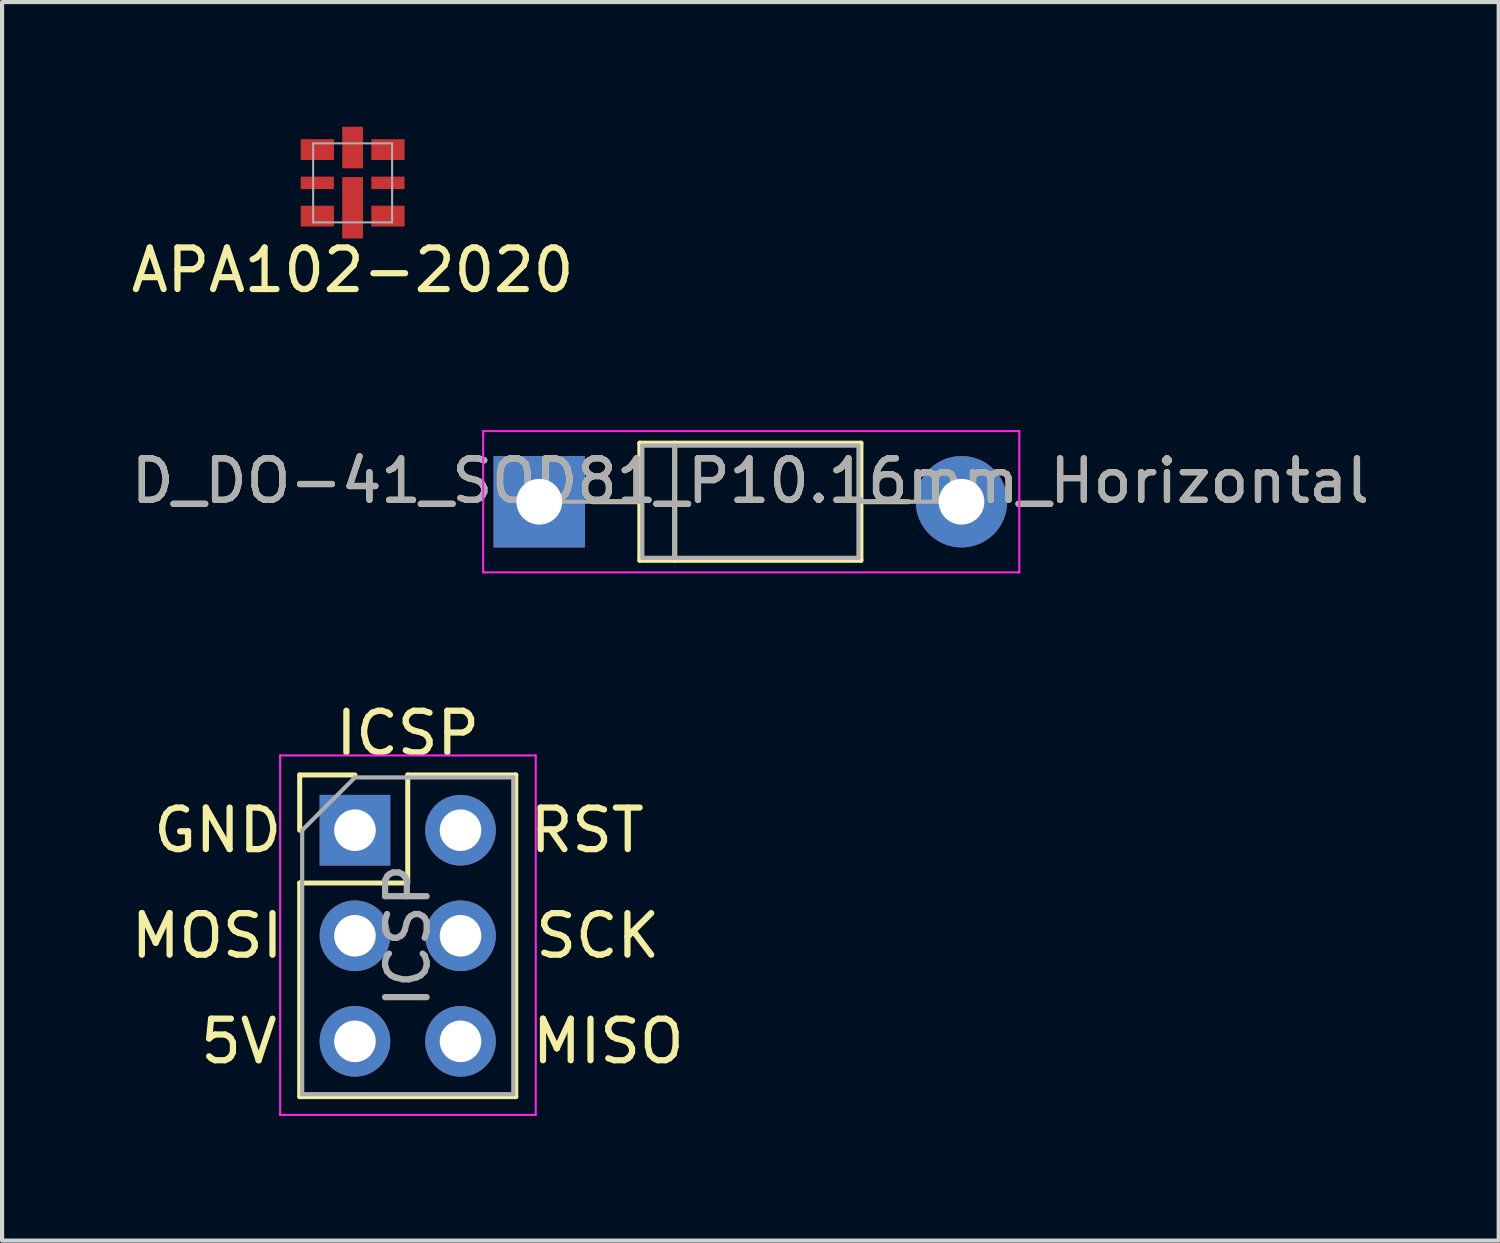
<source format=kicad_pcb>
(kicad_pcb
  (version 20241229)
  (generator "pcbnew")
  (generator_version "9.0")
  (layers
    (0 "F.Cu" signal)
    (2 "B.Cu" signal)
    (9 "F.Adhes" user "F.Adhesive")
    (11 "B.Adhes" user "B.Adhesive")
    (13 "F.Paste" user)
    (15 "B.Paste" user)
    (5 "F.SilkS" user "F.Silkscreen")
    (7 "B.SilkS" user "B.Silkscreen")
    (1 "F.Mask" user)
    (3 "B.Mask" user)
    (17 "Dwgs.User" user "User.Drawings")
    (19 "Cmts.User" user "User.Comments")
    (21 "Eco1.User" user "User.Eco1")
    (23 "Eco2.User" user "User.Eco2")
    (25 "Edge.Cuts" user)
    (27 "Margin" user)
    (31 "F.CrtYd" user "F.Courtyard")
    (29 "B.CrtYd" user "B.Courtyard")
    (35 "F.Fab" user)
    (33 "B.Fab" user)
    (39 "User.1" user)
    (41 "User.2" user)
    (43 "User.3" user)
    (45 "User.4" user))
  (footprint "APA102-2020"
    (layer "F.Cu")
    (at 5.435 1.35)
    (property "Reference" "APA102-2020" (at 0 2.1 0) (layer "F.SilkS") (effects (font (size 1 1) (thickness 0.15))))
    (attr smd)
    (fp_line (start -0.95 -0.95) (end -0.95 0.95) (stroke (width 0.05) (type solid)) (layer "F.Fab"))
    (fp_line (start -0.95 -0.95) (end 0.95 -0.95) (stroke (width 0.05) (type solid)) (layer "F.Fab"))
    (fp_line (start -0.95 0.95) (end 0.95 0.95) (stroke (width 0.05) (type solid)) (layer "F.Fab"))
    (fp_line (start 0.95 0.95) (end 0.95 -0.95) (stroke (width 0.05) (type solid)) (layer "F.Fab"))
    (pad "1" smd rect (at -0.85 -0.8) (size 0.8 0.5) (layers "F.Cu" "F.Mask" "F.Paste"))
    (pad "1" smd rect (at 0 -0.85) (size 0.5 1) (layers "F.Cu" "F.Mask" "F.Paste"))
    (pad "2" smd rect (at -0.85 0) (size 0.8 0.3) (layers "F.Cu" "F.Mask" "F.Paste"))
    (pad "3" smd rect (at -0.85 0.8) (size 0.8 0.5) (layers "F.Cu" "F.Mask" "F.Paste"))
    (pad "4" smd rect (at 0.85 0.8) (size 0.8 0.5) (layers "F.Cu" "F.Mask" "F.Paste"))
    (pad "5" smd rect (at 0.85 0) (size 0.8 0.3) (layers "F.Cu" "F.Mask" "F.Paste"))
    (pad "6" smd rect (at 0 0.6) (size 0.5 1.48) (layers "F.Cu" "F.Mask" "F.Paste"))
    (pad "6" smd rect (at 0.85 -0.8) (size 0.8 0.5) (layers "F.Cu" "F.Mask" "F.Paste")))
  (footprint "ICSP"
    (layer "F.Cu")
    (at 5.491 16.927)
    (property "Reference" "ICSP" (at 1.27 -2.33 0) (layer "F.SilkS") (effects (font (size 1 1) (thickness 0.15))))
    (attr through_hole)
    (fp_line (start -1.33 -1.33) (end 0 -1.33) (stroke (width 0.12) (type solid)) (layer "F.SilkS"))
    (fp_line (start -1.33 0) (end -1.33 -1.33) (stroke (width 0.12) (type solid)) (layer "F.SilkS"))
    (fp_line (start -1.33 1.27) (end -1.33 6.41) (stroke (width 0.12) (type solid)) (layer "F.SilkS"))
    (fp_line (start -1.33 1.27) (end 1.27 1.27) (stroke (width 0.12) (type solid)) (layer "F.SilkS"))
    (fp_line (start -1.33 6.41) (end 3.87 6.41) (stroke (width 0.12) (type solid)) (layer "F.SilkS"))
    (fp_line (start 1.27 -1.33) (end 3.87 -1.33) (stroke (width 0.12) (type solid)) (layer "F.SilkS"))
    (fp_line (start 1.27 1.27) (end 1.27 -1.33) (stroke (width 0.12) (type solid)) (layer "F.SilkS"))
    (fp_line (start 3.87 -1.33) (end 3.87 6.41) (stroke (width 0.12) (type solid)) (layer "F.SilkS"))
    (fp_line (start -1.8 -1.8) (end -1.8 6.85) (stroke (width 0.05) (type solid)) (layer "F.CrtYd"))
    (fp_line (start -1.8 6.85) (end 4.35 6.85) (stroke (width 0.05) (type solid)) (layer "F.CrtYd"))
    (fp_line (start 4.35 -1.8) (end -1.8 -1.8) (stroke (width 0.05) (type solid)) (layer "F.CrtYd"))
    (fp_line (start 4.35 6.85) (end 4.35 -1.8) (stroke (width 0.05) (type solid)) (layer "F.CrtYd"))
    (fp_line (start -1.27 0) (end 0 -1.27) (stroke (width 0.1) (type solid)) (layer "F.Fab"))
    (fp_line (start -1.27 6.35) (end -1.27 0) (stroke (width 0.1) (type solid)) (layer "F.Fab"))
    (fp_line (start 0 -1.27) (end 3.81 -1.27) (stroke (width 0.1) (type solid)) (layer "F.Fab"))
    (fp_line (start 3.81 -1.27) (end 3.81 6.35) (stroke (width 0.1) (type solid)) (layer "F.Fab"))
    (fp_line (start 3.81 6.35) (end -1.27 6.35) (stroke (width 0.1) (type solid)) (layer "F.Fab"))
    (fp_text user "RST" (at 5.588 0 0) (layer "F.SilkS") (effects (font (size 1 1) (thickness 0.15))))
    (fp_text user "MISO" (at 6.096 5.08 0) (layer "F.SilkS") (effects (font (size 1 1) (thickness 0.15))))
    (fp_text user "MOSI" (at -3.556 2.54 0) (layer "F.SilkS") (effects (font (size 1 1) (thickness 0.15))))
    (fp_text user "5V" (at -2.794 5.08 0) (layer "F.SilkS") (effects (font (size 1 1) (thickness 0.15))))
    (fp_text user "GND" (at -3.302 0 0) (layer "F.SilkS") (effects (font (size 1 1) (thickness 0.15))))
    (fp_text user "SCK" (at 5.842 2.54 0) (layer "F.SilkS") (effects (font (size 1 1) (thickness 0.15))))
    (fp_text user "${REFERENCE}" (at 1.27 2.54 90) (layer "F.Fab") (effects (font (size 1 1) (thickness 0.15))))
    (pad "1" thru_hole rect (at 0 0) (size 1.7 1.7) (drill 1) (layers "*.Cu" "*.Mask"))
    (pad "2" thru_hole oval (at 0 2.54) (size 1.7 1.7) (drill 1) (layers "*.Cu" "*.Mask"))
    (pad "3" thru_hole oval (at 0 5.08) (size 1.7 1.7) (drill 1) (layers "*.Cu" "*.Mask"))
    (pad "4" thru_hole oval (at 2.54 0) (size 1.7 1.7) (drill 1) (layers "*.Cu" "*.Mask"))
    (pad "5" thru_hole oval (at 2.54 2.54) (size 1.7 1.7) (drill 1) (layers "*.Cu" "*.Mask"))
    (pad "6" thru_hole oval (at 2.54 5.08) (size 1.7 1.7) (drill 1) (layers "*.Cu" "*.Mask")))
  (footprint "D_DO-41_SOD81_P10.16mm_Horizontal"
    (layer "F.Cu")
    (at 9.926 9.023)
    (property "Reference" "D_DO-41_SOD81_P10.16mm_Horizontal" (at 5.08 -0.5 0) (layer "F.SilkS") (effects (font (size 1 1) (thickness 0.15))))
    (attr through_hole)
    (fp_line (start 1.28 0) (end 2.42 0) (stroke (width 0.12) (type solid)) (layer "F.SilkS"))
    (fp_line (start 2.42 -1.41) (end 2.42 1.41) (stroke (width 0.12) (type solid)) (layer "F.SilkS"))
    (fp_line (start 2.42 1.41) (end 7.74 1.41) (stroke (width 0.12) (type solid)) (layer "F.SilkS"))
    (fp_line (start 3.26 -1.41) (end 3.26 1.41) (stroke (width 0.12) (type solid)) (layer "F.SilkS"))
    (fp_line (start 7.74 -1.41) (end 2.42 -1.41) (stroke (width 0.12) (type solid)) (layer "F.SilkS"))
    (fp_line (start 7.74 1.41) (end 7.74 -1.41) (stroke (width 0.12) (type solid)) (layer "F.SilkS"))
    (fp_line (start 8.88 0) (end 7.74 0) (stroke (width 0.12) (type solid)) (layer "F.SilkS"))
    (fp_line (start -1.35 -1.7) (end -1.35 1.7) (stroke (width 0.05) (type solid)) (layer "F.CrtYd"))
    (fp_line (start -1.35 1.7) (end 11.55 1.7) (stroke (width 0.05) (type solid)) (layer "F.CrtYd"))
    (fp_line (start 11.55 -1.7) (end -1.35 -1.7) (stroke (width 0.05) (type solid)) (layer "F.CrtYd"))
    (fp_line (start 11.55 1.7) (end 11.55 -1.7) (stroke (width 0.05) (type solid)) (layer "F.CrtYd"))
    (fp_line (start 0 0) (end 2.48 0) (stroke (width 0.1) (type solid)) (layer "F.Fab"))
    (fp_line (start 2.48 -1.35) (end 2.48 1.35) (stroke (width 0.1) (type solid)) (layer "F.Fab"))
    (fp_line (start 2.48 1.35) (end 7.68 1.35) (stroke (width 0.1) (type solid)) (layer "F.Fab"))
    (fp_line (start 3.26 -1.35) (end 3.26 1.35) (stroke (width 0.1) (type solid)) (layer "F.Fab"))
    (fp_line (start 7.68 -1.35) (end 2.48 -1.35) (stroke (width 0.1) (type solid)) (layer "F.Fab"))
    (fp_line (start 7.68 1.35) (end 7.68 -1.35) (stroke (width 0.1) (type solid)) (layer "F.Fab"))
    (fp_line (start 10.16 0) (end 7.68 0) (stroke (width 0.1) (type solid)) (layer "F.Fab"))
    (fp_text user "${REFERENCE}" (at 5.08 -0.5 0) (layer "F.Fab") (effects (font (size 1 1) (thickness 0.15))))
    (pad "1" thru_hole rect (at 0 0) (size 2.2 2.2) (drill 1.1) (layers "*.Cu" "*.Mask"))
    (pad "2" thru_hole oval (at 10.16 0) (size 2.2 2.2) (drill 1.1) (layers "*.Cu" "*.Mask")))
  (gr_rect
    (start -3 -3)
    (end 33.012 26.802)
    (stroke (width 0.1) (type default))
    (fill no)
    (layer "Edge.Cuts")))
</source>
